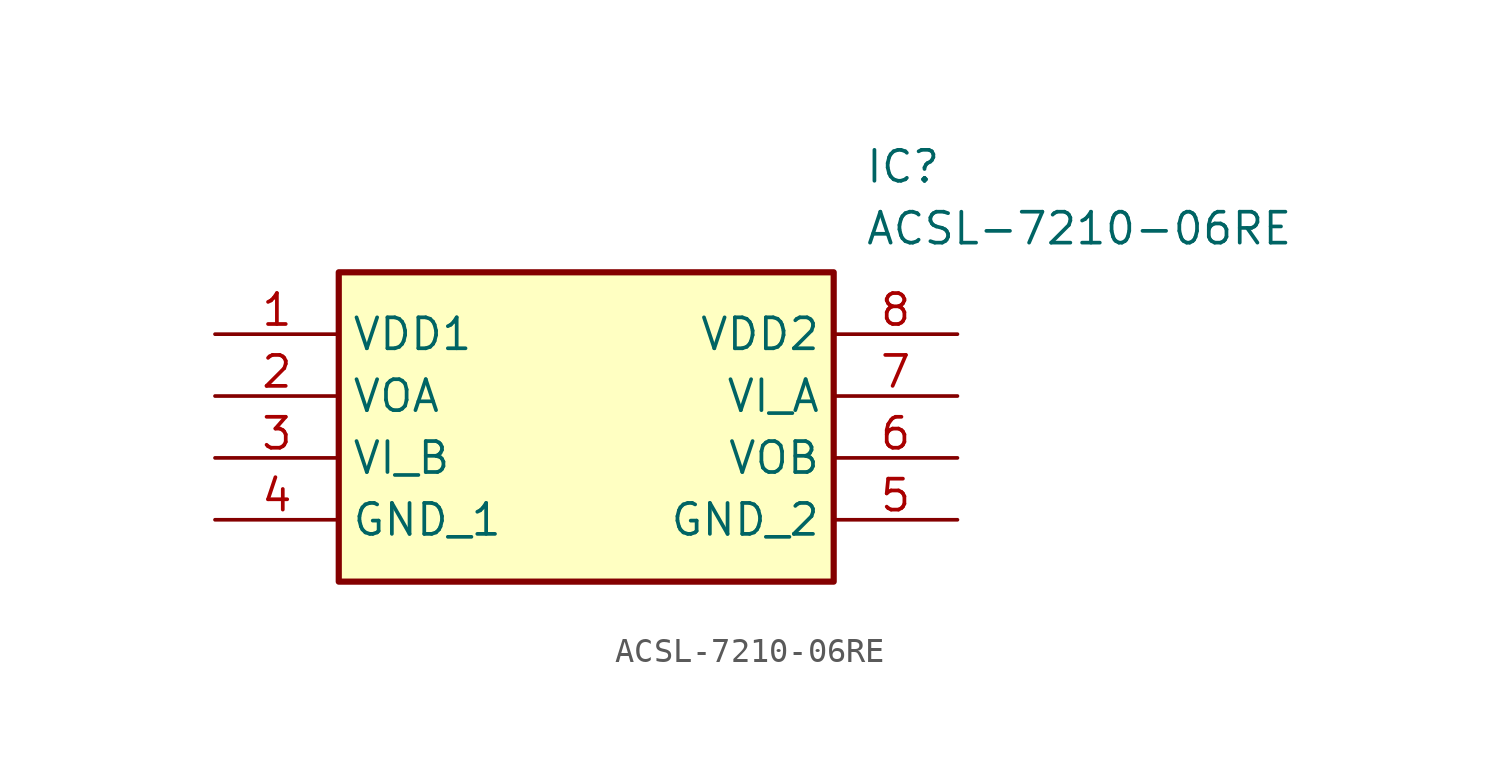
<source format=kicad_sym>
(kicad_symbol_lib
  (version 20231120)
  (generator "kicad_symbol_editor")
  (generator_version "8.0")
  (symbol "ACSL-7210-06RE"
    (property "Reference" "IC"
      (at 26.67 7.62 0)
      (effects (font (size 1.27 1.27)) (justify left top)))
    (property "Value" "ACSL-7210-06RE"
      (at 26.67 5.08 0)
      (effects (font (size 1.27 1.27)) (justify left top)))
    (symbol "ACSL-7210-06RE_1_1"
      (rectangle (start 5.08 2.54) (end 25.4 -10.16) (stroke (width 0.254) (type default)) (fill (type background)))
      (pin passive line (at 0 0 0) (length 5.08) (name "VDD1" (effects (font (size 1.27 1.27)))) (number "1" (effects (font (size 1.27 1.27)))))
      (pin passive line (at 0 -2.54 0) (length 5.08) (name "VOA" (effects (font (size 1.27 1.27)))) (number "2" (effects (font (size 1.27 1.27)))))
      (pin passive line (at 0 -5.08 0) (length 5.08) (name "VI_B" (effects (font (size 1.27 1.27)))) (number "3" (effects (font (size 1.27 1.27)))))
      (pin passive line (at 0 -7.62 0) (length 5.08) (name "GND_1" (effects (font (size 1.27 1.27)))) (number "4" (effects (font (size 1.27 1.27)))))
      (pin passive line (at 30.48 -7.62 180) (length 5.08) (name "GND_2" (effects (font (size 1.27 1.27)))) (number "5" (effects (font (size 1.27 1.27)))))
      (pin passive line (at 30.48 -5.08 180) (length 5.08) (name "VOB" (effects (font (size 1.27 1.27)))) (number "6" (effects (font (size 1.27 1.27)))))
      (pin passive line (at 30.48 -2.54 180) (length 5.08) (name "VI_A" (effects (font (size 1.27 1.27)))) (number "7" (effects (font (size 1.27 1.27)))))
      (pin passive line (at 30.48 0 180) (length 5.08) (name "VDD2" (effects (font (size 1.27 1.27)))) (number "8" (effects (font (size 1.27 1.27))))))))
</source>
